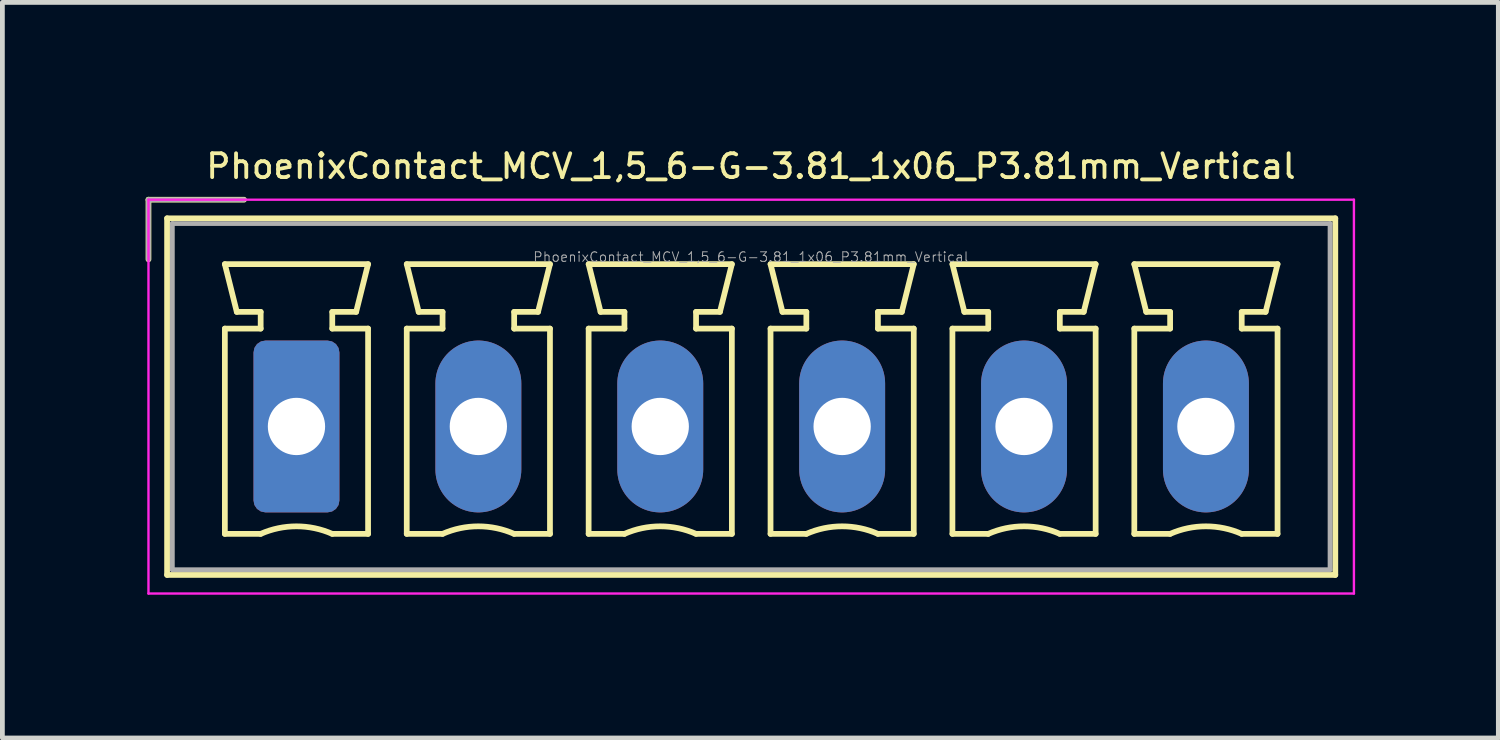
<source format=kicad_pcb>
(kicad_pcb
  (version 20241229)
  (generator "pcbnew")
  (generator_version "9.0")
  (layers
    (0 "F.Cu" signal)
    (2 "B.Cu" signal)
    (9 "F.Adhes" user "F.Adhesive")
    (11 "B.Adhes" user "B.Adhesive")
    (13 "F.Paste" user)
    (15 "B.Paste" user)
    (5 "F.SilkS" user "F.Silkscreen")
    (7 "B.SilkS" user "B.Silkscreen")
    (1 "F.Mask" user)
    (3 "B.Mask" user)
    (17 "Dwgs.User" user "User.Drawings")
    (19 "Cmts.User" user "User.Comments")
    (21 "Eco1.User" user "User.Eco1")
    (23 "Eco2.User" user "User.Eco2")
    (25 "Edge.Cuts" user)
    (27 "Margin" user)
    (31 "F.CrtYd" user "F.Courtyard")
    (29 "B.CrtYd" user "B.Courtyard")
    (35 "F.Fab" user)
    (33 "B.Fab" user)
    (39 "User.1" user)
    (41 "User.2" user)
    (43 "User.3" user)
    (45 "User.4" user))
  (footprint "PhoenixContact_MCV_1,5_6-G-3.81_1x06_P3.81mm_Vertical"
    (layer "F.Cu")
    (at 3.16 5.883)
    (property "Reference" "PhoenixContact_MCV_1,5_6-G-3.81_1x06_P3.81mm_Vertical" (at 9.52 -5.45 0) (layer "F.SilkS") (effects (font (size 0.5 0.5) (thickness 0.08))))
    (attr through_hole)
    (fp_line (start -3.1 -4.75) (end -1.1 -4.75) (stroke (width 0.12) (type solid)) (layer "F.SilkS"))
    (fp_line (start -3.1 -3.5) (end -3.1 -4.75) (stroke (width 0.12) (type solid)) (layer "F.SilkS"))
    (fp_line (start -2.71 -4.36) (end -2.71 3.11) (stroke (width 0.12) (type solid)) (layer "F.SilkS"))
    (fp_line (start -2.71 3.11) (end 21.76 3.11) (stroke (width 0.12) (type solid)) (layer "F.SilkS"))
    (fp_line (start -1.5 -3.4) (end 1.5 -3.4) (stroke (width 0.12) (type solid)) (layer "F.SilkS"))
    (fp_line (start -1.5 -2.05) (end -0.75 -2.05) (stroke (width 0.12) (type solid)) (layer "F.SilkS"))
    (fp_line (start -1.5 2.25) (end -1.5 -2.05) (stroke (width 0.12) (type solid)) (layer "F.SilkS"))
    (fp_line (start -1.25 -2.4) (end -1.5 -3.4) (stroke (width 0.12) (type solid)) (layer "F.SilkS"))
    (fp_line (start -0.75 -2.4) (end -1.25 -2.4) (stroke (width 0.12) (type solid)) (layer "F.SilkS"))
    (fp_line (start -0.75 -2.05) (end -0.75 -2.4) (stroke (width 0.12) (type solid)) (layer "F.SilkS"))
    (fp_line (start -0.75 2.25) (end -1.5 2.25) (stroke (width 0.12) (type solid)) (layer "F.SilkS"))
    (fp_line (start 0.75 -2.4) (end 0.75 -2.05) (stroke (width 0.12) (type solid)) (layer "F.SilkS"))
    (fp_line (start 0.75 -2.05) (end 1.5 -2.05) (stroke (width 0.12) (type solid)) (layer "F.SilkS"))
    (fp_line (start 1.25 -2.4) (end 0.75 -2.4) (stroke (width 0.12) (type solid)) (layer "F.SilkS"))
    (fp_line (start 1.5 -3.4) (end 1.25 -2.4) (stroke (width 0.12) (type solid)) (layer "F.SilkS"))
    (fp_line (start 1.5 -2.05) (end 1.5 2.25) (stroke (width 0.12) (type solid)) (layer "F.SilkS"))
    (fp_line (start 1.5 2.25) (end 0.75 2.25) (stroke (width 0.12) (type solid)) (layer "F.SilkS"))
    (fp_line (start 2.31 -3.4) (end 5.31 -3.4) (stroke (width 0.12) (type solid)) (layer "F.SilkS"))
    (fp_line (start 2.31 -2.05) (end 3.06 -2.05) (stroke (width 0.12) (type solid)) (layer "F.SilkS"))
    (fp_line (start 2.31 2.25) (end 2.31 -2.05) (stroke (width 0.12) (type solid)) (layer "F.SilkS"))
    (fp_line (start 2.56 -2.4) (end 2.31 -3.4) (stroke (width 0.12) (type solid)) (layer "F.SilkS"))
    (fp_line (start 3.06 -2.4) (end 2.56 -2.4) (stroke (width 0.12) (type solid)) (layer "F.SilkS"))
    (fp_line (start 3.06 -2.05) (end 3.06 -2.4) (stroke (width 0.12) (type solid)) (layer "F.SilkS"))
    (fp_line (start 3.06 2.25) (end 2.31 2.25) (stroke (width 0.12) (type solid)) (layer "F.SilkS"))
    (fp_line (start 4.56 -2.4) (end 4.56 -2.05) (stroke (width 0.12) (type solid)) (layer "F.SilkS"))
    (fp_line (start 4.56 -2.05) (end 5.31 -2.05) (stroke (width 0.12) (type solid)) (layer "F.SilkS"))
    (fp_line (start 5.06 -2.4) (end 4.56 -2.4) (stroke (width 0.12) (type solid)) (layer "F.SilkS"))
    (fp_line (start 5.31 -3.4) (end 5.06 -2.4) (stroke (width 0.12) (type solid)) (layer "F.SilkS"))
    (fp_line (start 5.31 -2.05) (end 5.31 2.25) (stroke (width 0.12) (type solid)) (layer "F.SilkS"))
    (fp_line (start 5.31 2.25) (end 4.56 2.25) (stroke (width 0.12) (type solid)) (layer "F.SilkS"))
    (fp_line (start 6.12 -3.4) (end 9.12 -3.4) (stroke (width 0.12) (type solid)) (layer "F.SilkS"))
    (fp_line (start 6.12 -2.05) (end 6.87 -2.05) (stroke (width 0.12) (type solid)) (layer "F.SilkS"))
    (fp_line (start 6.12 2.25) (end 6.12 -2.05) (stroke (width 0.12) (type solid)) (layer "F.SilkS"))
    (fp_line (start 6.37 -2.4) (end 6.12 -3.4) (stroke (width 0.12) (type solid)) (layer "F.SilkS"))
    (fp_line (start 6.87 -2.4) (end 6.37 -2.4) (stroke (width 0.12) (type solid)) (layer "F.SilkS"))
    (fp_line (start 6.87 -2.05) (end 6.87 -2.4) (stroke (width 0.12) (type solid)) (layer "F.SilkS"))
    (fp_line (start 6.87 2.25) (end 6.12 2.25) (stroke (width 0.12) (type solid)) (layer "F.SilkS"))
    (fp_line (start 8.37 -2.4) (end 8.37 -2.05) (stroke (width 0.12) (type solid)) (layer "F.SilkS"))
    (fp_line (start 8.37 -2.05) (end 9.12 -2.05) (stroke (width 0.12) (type solid)) (layer "F.SilkS"))
    (fp_line (start 8.87 -2.4) (end 8.37 -2.4) (stroke (width 0.12) (type solid)) (layer "F.SilkS"))
    (fp_line (start 9.12 -3.4) (end 8.87 -2.4) (stroke (width 0.12) (type solid)) (layer "F.SilkS"))
    (fp_line (start 9.12 -2.05) (end 9.12 2.25) (stroke (width 0.12) (type solid)) (layer "F.SilkS"))
    (fp_line (start 9.12 2.25) (end 8.37 2.25) (stroke (width 0.12) (type solid)) (layer "F.SilkS"))
    (fp_line (start 9.93 -3.4) (end 12.93 -3.4) (stroke (width 0.12) (type solid)) (layer "F.SilkS"))
    (fp_line (start 9.93 -2.05) (end 10.68 -2.05) (stroke (width 0.12) (type solid)) (layer "F.SilkS"))
    (fp_line (start 9.93 2.25) (end 9.93 -2.05) (stroke (width 0.12) (type solid)) (layer "F.SilkS"))
    (fp_line (start 10.18 -2.4) (end 9.93 -3.4) (stroke (width 0.12) (type solid)) (layer "F.SilkS"))
    (fp_line (start 10.68 -2.4) (end 10.18 -2.4) (stroke (width 0.12) (type solid)) (layer "F.SilkS"))
    (fp_line (start 10.68 -2.05) (end 10.68 -2.4) (stroke (width 0.12) (type solid)) (layer "F.SilkS"))
    (fp_line (start 10.68 2.25) (end 9.93 2.25) (stroke (width 0.12) (type solid)) (layer "F.SilkS"))
    (fp_line (start 12.18 -2.4) (end 12.18 -2.05) (stroke (width 0.12) (type solid)) (layer "F.SilkS"))
    (fp_line (start 12.18 -2.05) (end 12.93 -2.05) (stroke (width 0.12) (type solid)) (layer "F.SilkS"))
    (fp_line (start 12.68 -2.4) (end 12.18 -2.4) (stroke (width 0.12) (type solid)) (layer "F.SilkS"))
    (fp_line (start 12.93 -3.4) (end 12.68 -2.4) (stroke (width 0.12) (type solid)) (layer "F.SilkS"))
    (fp_line (start 12.93 -2.05) (end 12.93 2.25) (stroke (width 0.12) (type solid)) (layer "F.SilkS"))
    (fp_line (start 12.93 2.25) (end 12.18 2.25) (stroke (width 0.12) (type solid)) (layer "F.SilkS"))
    (fp_line (start 13.74 -3.4) (end 16.74 -3.4) (stroke (width 0.12) (type solid)) (layer "F.SilkS"))
    (fp_line (start 13.74 -2.05) (end 14.49 -2.05) (stroke (width 0.12) (type solid)) (layer "F.SilkS"))
    (fp_line (start 13.74 2.25) (end 13.74 -2.05) (stroke (width 0.12) (type solid)) (layer "F.SilkS"))
    (fp_line (start 13.99 -2.4) (end 13.74 -3.4) (stroke (width 0.12) (type solid)) (layer "F.SilkS"))
    (fp_line (start 14.49 -2.4) (end 13.99 -2.4) (stroke (width 0.12) (type solid)) (layer "F.SilkS"))
    (fp_line (start 14.49 -2.05) (end 14.49 -2.4) (stroke (width 0.12) (type solid)) (layer "F.SilkS"))
    (fp_line (start 14.49 2.25) (end 13.74 2.25) (stroke (width 0.12) (type solid)) (layer "F.SilkS"))
    (fp_line (start 15.99 -2.4) (end 15.99 -2.05) (stroke (width 0.12) (type solid)) (layer "F.SilkS"))
    (fp_line (start 15.99 -2.05) (end 16.74 -2.05) (stroke (width 0.12) (type solid)) (layer "F.SilkS"))
    (fp_line (start 16.49 -2.4) (end 15.99 -2.4) (stroke (width 0.12) (type solid)) (layer "F.SilkS"))
    (fp_line (start 16.74 -3.4) (end 16.49 -2.4) (stroke (width 0.12) (type solid)) (layer "F.SilkS"))
    (fp_line (start 16.74 -2.05) (end 16.74 2.25) (stroke (width 0.12) (type solid)) (layer "F.SilkS"))
    (fp_line (start 16.74 2.25) (end 15.99 2.25) (stroke (width 0.12) (type solid)) (layer "F.SilkS"))
    (fp_line (start 17.55 -3.4) (end 20.55 -3.4) (stroke (width 0.12) (type solid)) (layer "F.SilkS"))
    (fp_line (start 17.55 -2.05) (end 18.3 -2.05) (stroke (width 0.12) (type solid)) (layer "F.SilkS"))
    (fp_line (start 17.55 2.25) (end 17.55 -2.05) (stroke (width 0.12) (type solid)) (layer "F.SilkS"))
    (fp_line (start 17.8 -2.4) (end 17.55 -3.4) (stroke (width 0.12) (type solid)) (layer "F.SilkS"))
    (fp_line (start 18.3 -2.4) (end 17.8 -2.4) (stroke (width 0.12) (type solid)) (layer "F.SilkS"))
    (fp_line (start 18.3 -2.05) (end 18.3 -2.4) (stroke (width 0.12) (type solid)) (layer "F.SilkS"))
    (fp_line (start 18.3 2.25) (end 17.55 2.25) (stroke (width 0.12) (type solid)) (layer "F.SilkS"))
    (fp_line (start 19.8 -2.4) (end 19.8 -2.05) (stroke (width 0.12) (type solid)) (layer "F.SilkS"))
    (fp_line (start 19.8 -2.05) (end 20.55 -2.05) (stroke (width 0.12) (type solid)) (layer "F.SilkS"))
    (fp_line (start 20.3 -2.4) (end 19.8 -2.4) (stroke (width 0.12) (type solid)) (layer "F.SilkS"))
    (fp_line (start 20.55 -3.4) (end 20.3 -2.4) (stroke (width 0.12) (type solid)) (layer "F.SilkS"))
    (fp_line (start 20.55 -2.05) (end 20.55 2.25) (stroke (width 0.12) (type solid)) (layer "F.SilkS"))
    (fp_line (start 20.55 2.25) (end 19.8 2.25) (stroke (width 0.12) (type solid)) (layer "F.SilkS"))
    (fp_line (start 21.76 -4.36) (end -2.71 -4.36) (stroke (width 0.12) (type solid)) (layer "F.SilkS"))
    (fp_line (start 21.76 3.11) (end 21.76 -4.36) (stroke (width 0.12) (type solid)) (layer "F.SilkS"))
    (fp_arc (start -0.75 2.25) (mid -0.000193 2.09191) (end 0.749647 2.249844) (stroke (width 0.12) (type solid)) (layer "F.SilkS"))
    (fp_arc (start 3.06 2.25) (mid 3.809807 2.09191) (end 4.559647 2.249844) (stroke (width 0.12) (type solid)) (layer "F.SilkS"))
    (fp_arc (start 6.87 2.25) (mid 7.619807 2.09191) (end 8.369647 2.249844) (stroke (width 0.12) (type solid)) (layer "F.SilkS"))
    (fp_arc (start 10.68 2.25) (mid 11.429807 2.09191) (end 12.179647 2.249844) (stroke (width 0.12) (type solid)) (layer "F.SilkS"))
    (fp_arc (start 14.49 2.25) (mid 15.239807 2.09191) (end 15.989647 2.249844) (stroke (width 0.12) (type solid)) (layer "F.SilkS"))
    (fp_arc (start 18.3 2.25) (mid 19.049807 2.09191) (end 19.799647 2.249844) (stroke (width 0.12) (type solid)) (layer "F.SilkS"))
    (fp_line (start -3.1 -4.75) (end -3.1 3.5) (stroke (width 0.05) (type solid)) (layer "F.CrtYd"))
    (fp_line (start -3.1 3.5) (end 22.15 3.5) (stroke (width 0.05) (type solid)) (layer "F.CrtYd"))
    (fp_line (start 22.15 -4.75) (end -3.1 -4.75) (stroke (width 0.05) (type solid)) (layer "F.CrtYd"))
    (fp_line (start 22.15 3.5) (end 22.15 -4.75) (stroke (width 0.05) (type solid)) (layer "F.CrtYd"))
    (fp_line (start -3.1 -4.75) (end -1.1 -4.75) (stroke (width 0.1) (type solid)) (layer "F.Fab"))
    (fp_line (start -3.1 -3.5) (end -3.1 -4.75) (stroke (width 0.1) (type solid)) (layer "F.Fab"))
    (fp_line (start -2.6 -4.25) (end -2.6 3) (stroke (width 0.1) (type solid)) (layer "F.Fab"))
    (fp_line (start -2.6 3) (end 21.65 3) (stroke (width 0.1) (type solid)) (layer "F.Fab"))
    (fp_line (start 21.65 -4.25) (end -2.6 -4.25) (stroke (width 0.1) (type solid)) (layer "F.Fab"))
    (fp_line (start 21.65 3) (end 21.65 -4.25) (stroke (width 0.1) (type solid)) (layer "F.Fab"))
    (fp_text user "${REFERENCE}" (at 9.52 -3.55 0) (layer "F.Fab") (effects (font (size 0.2 0.2) (thickness 0.02))))
    (pad "1" thru_hole roundrect (at 0 0) (size 1.8 3.6) (drill 1.2) (layers "*.Cu" "*.Mask") (roundrect_rratio 0.139))
    (pad "2" thru_hole oval (at 3.81 0) (size 1.8 3.6) (drill 1.2) (layers "*.Cu" "*.Mask"))
    (pad "3" thru_hole oval (at 7.62 0) (size 1.8 3.6) (drill 1.2) (layers "*.Cu" "*.Mask"))
    (pad "4" thru_hole oval (at 11.43 0) (size 1.8 3.6) (drill 1.2) (layers "*.Cu" "*.Mask"))
    (pad "5" thru_hole oval (at 15.24 0) (size 1.8 3.6) (drill 1.2) (layers "*.Cu" "*.Mask"))
    (pad "6" thru_hole oval (at 19.05 0) (size 1.8 3.6) (drill 1.2) (layers "*.Cu" "*.Mask")))
  (gr_rect
    (start -3 -3)
    (end 28.335 12.408)
    (stroke (width 0.1) (type default))
    (fill no)
    (layer "Edge.Cuts")))
</source>
